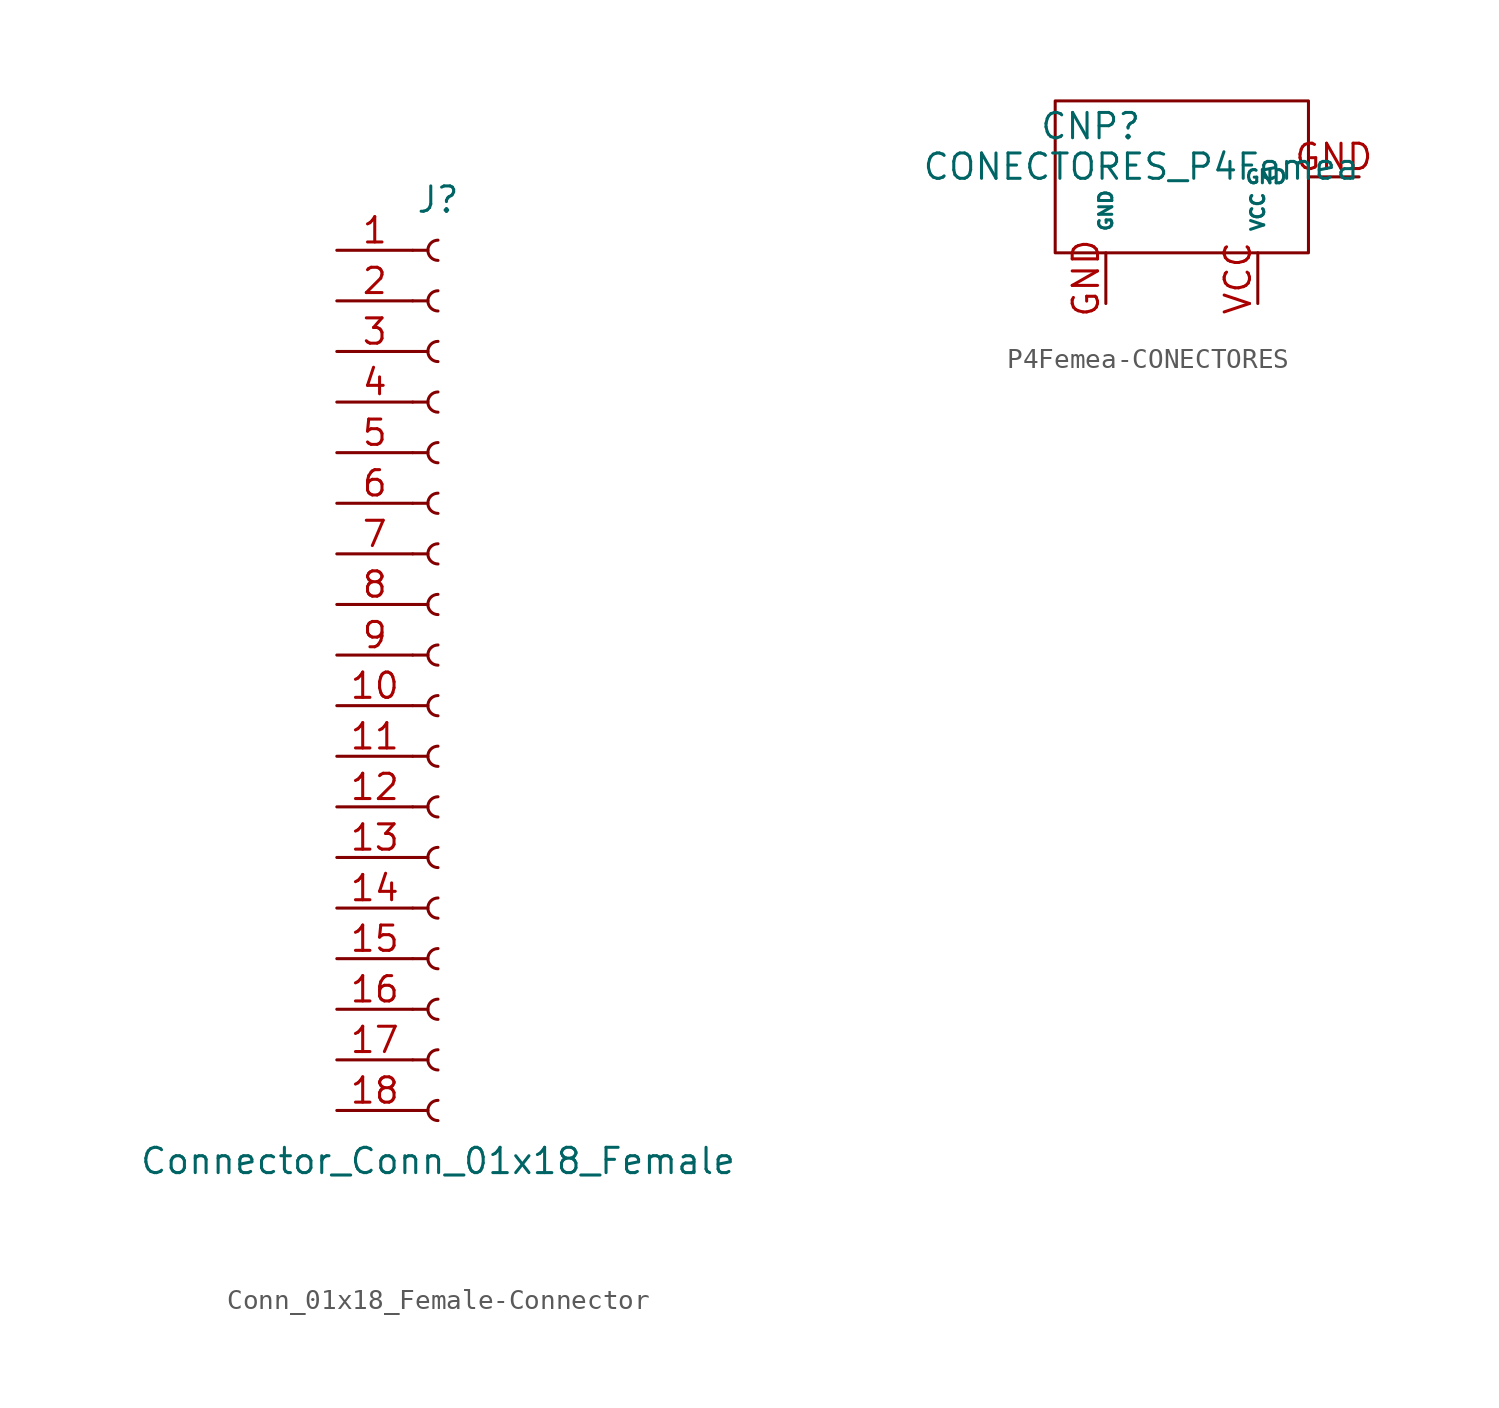
<source format=kicad_sym>
(kicad_symbol_lib
  (version 20220914)
  (generator kicad_symbol_editor)
  (symbol "Conn_01x18_Female-Connector"
    (pin_names
      (offset 1.016) hide)
    (property "Reference" "J"
      (at 0 22.86 0)
      (effects (font (size 1.27 1.27))))
    (property "Value" "Connector_Conn_01x18_Female"
      (at 0 -25.4 0)
      (effects (font (size 1.27 1.27))))
    (symbol "Conn_01x18_Female-Connector_1_1"
      (arc (start 0 -22.352) (mid -0.5058 -22.86) (end 0 -23.368) (stroke (width 0.1524) (type solid)) (fill (type none)))
      (arc (start 0 -19.812) (mid -0.5058 -20.32) (end 0 -20.828) (stroke (width 0.1524) (type solid)) (fill (type none)))
      (arc (start 0 -17.272) (mid -0.5058 -17.78) (end 0 -18.288) (stroke (width 0.1524) (type solid)) (fill (type none)))
      (arc (start 0 -14.732) (mid -0.5058 -15.24) (end 0 -15.748) (stroke (width 0.1524) (type solid)) (fill (type none)))
      (arc (start 0 -12.192) (mid -0.5058 -12.7) (end 0 -13.208) (stroke (width 0.1524) (type solid)) (fill (type none)))
      (arc (start 0 -9.652) (mid -0.5058 -10.16) (end 0 -10.668) (stroke (width 0.1524) (type solid)) (fill (type none)))
      (arc (start 0 -7.112) (mid -0.5058 -7.62) (end 0 -8.128) (stroke (width 0.1524) (type solid)) (fill (type none)))
      (arc (start 0 -4.572) (mid -0.5058 -5.08) (end 0 -5.588) (stroke (width 0.1524) (type solid)) (fill (type none)))
      (arc (start 0 -2.032) (mid -0.5058 -2.54) (end 0 -3.048) (stroke (width 0.1524) (type solid)) (fill (type none)))
      (polyline (pts (xy -1.27 -22.86) (xy -0.508 -22.86)) (stroke (width 0.152) (type solid)) (fill (type none)))
      (polyline (pts (xy -1.27 -20.32) (xy -0.508 -20.32)) (stroke (width 0.152) (type solid)) (fill (type none)))
      (polyline (pts (xy -1.27 -17.78) (xy -0.508 -17.78)) (stroke (width 0.152) (type solid)) (fill (type none)))
      (polyline (pts (xy -1.27 -15.24) (xy -0.508 -15.24)) (stroke (width 0.152) (type solid)) (fill (type none)))
      (polyline (pts (xy -1.27 -12.7) (xy -0.508 -12.7)) (stroke (width 0.152) (type solid)) (fill (type none)))
      (polyline (pts (xy -1.27 -10.16) (xy -0.508 -10.16)) (stroke (width 0.152) (type solid)) (fill (type none)))
      (polyline (pts (xy -1.27 -7.62) (xy -0.508 -7.62)) (stroke (width 0.152) (type solid)) (fill (type none)))
      (polyline (pts (xy -1.27 -5.08) (xy -0.508 -5.08)) (stroke (width 0.152) (type solid)) (fill (type none)))
      (polyline (pts (xy -1.27 -2.54) (xy -0.508 -2.54)) (stroke (width 0.152) (type solid)) (fill (type none)))
      (polyline (pts (xy -1.27 0) (xy -0.508 0)) (stroke (width 0.152) (type solid)) (fill (type none)))
      (polyline (pts (xy -1.27 2.54) (xy -0.508 2.54)) (stroke (width 0.152) (type solid)) (fill (type none)))
      (polyline (pts (xy -1.27 5.08) (xy -0.508 5.08)) (stroke (width 0.152) (type solid)) (fill (type none)))
      (polyline (pts (xy -1.27 7.62) (xy -0.508 7.62)) (stroke (width 0.152) (type solid)) (fill (type none)))
      (polyline (pts (xy -1.27 10.16) (xy -0.508 10.16)) (stroke (width 0.152) (type solid)) (fill (type none)))
      (polyline (pts (xy -1.27 12.7) (xy -0.508 12.7)) (stroke (width 0.152) (type solid)) (fill (type none)))
      (polyline (pts (xy -1.27 15.24) (xy -0.508 15.24)) (stroke (width 0.152) (type solid)) (fill (type none)))
      (polyline (pts (xy -1.27 17.78) (xy -0.508 17.78)) (stroke (width 0.152) (type solid)) (fill (type none)))
      (polyline (pts (xy -1.27 20.32) (xy -0.508 20.32)) (stroke (width 0.152) (type solid)) (fill (type none)))
      (arc (start 0 0.508) (mid -0.5058 0) (end 0 -0.508) (stroke (width 0.1524) (type solid)) (fill (type none)))
      (arc (start 0 3.048) (mid -0.5058 2.54) (end 0 2.032) (stroke (width 0.1524) (type solid)) (fill (type none)))
      (arc (start 0 5.588) (mid -0.5058 5.08) (end 0 4.572) (stroke (width 0.1524) (type solid)) (fill (type none)))
      (arc (start 0 8.128) (mid -0.5058 7.62) (end 0 7.112) (stroke (width 0.1524) (type solid)) (fill (type none)))
      (arc (start 0 10.668) (mid -0.5058 10.16) (end 0 9.652) (stroke (width 0.1524) (type solid)) (fill (type none)))
      (arc (start 0 13.208) (mid -0.5058 12.7) (end 0 12.192) (stroke (width 0.1524) (type solid)) (fill (type none)))
      (arc (start 0 15.748) (mid -0.5058 15.24) (end 0 14.732) (stroke (width 0.1524) (type solid)) (fill (type none)))
      (arc (start 0 18.288) (mid -0.5058 17.78) (end 0 17.272) (stroke (width 0.1524) (type solid)) (fill (type none)))
      (arc (start 0 20.828) (mid -0.5058 20.32) (end 0 19.812) (stroke (width 0.1524) (type solid)) (fill (type none)))
      (pin passive line (at -5.08 20.32 0) (length 3.81) (name "Pin_1" (effects (font (size 1.27 1.27)))) (number "1" (effects (font (size 1.27 1.27)))))
      (pin passive line (at -5.08 -2.54 0) (length 3.81) (name "Pin_10" (effects (font (size 1.27 1.27)))) (number "10" (effects (font (size 1.27 1.27)))))
      (pin passive line (at -5.08 -5.08 0) (length 3.81) (name "Pin_11" (effects (font (size 1.27 1.27)))) (number "11" (effects (font (size 1.27 1.27)))))
      (pin passive line (at -5.08 -7.62 0) (length 3.81) (name "Pin_12" (effects (font (size 1.27 1.27)))) (number "12" (effects (font (size 1.27 1.27)))))
      (pin passive line (at -5.08 -10.16 0) (length 3.81) (name "Pin_13" (effects (font (size 1.27 1.27)))) (number "13" (effects (font (size 1.27 1.27)))))
      (pin passive line (at -5.08 -12.7 0) (length 3.81) (name "Pin_14" (effects (font (size 1.27 1.27)))) (number "14" (effects (font (size 1.27 1.27)))))
      (pin passive line (at -5.08 -15.24 0) (length 3.81) (name "Pin_15" (effects (font (size 1.27 1.27)))) (number "15" (effects (font (size 1.27 1.27)))))
      (pin passive line (at -5.08 -17.78 0) (length 3.81) (name "Pin_16" (effects (font (size 1.27 1.27)))) (number "16" (effects (font (size 1.27 1.27)))))
      (pin passive line (at -5.08 -20.32 0) (length 3.81) (name "Pin_17" (effects (font (size 1.27 1.27)))) (number "17" (effects (font (size 1.27 1.27)))))
      (pin passive line (at -5.08 -22.86 0) (length 3.81) (name "Pin_18" (effects (font (size 1.27 1.27)))) (number "18" (effects (font (size 1.27 1.27)))))
      (pin passive line (at -5.08 17.78 0) (length 3.81) (name "Pin_2" (effects (font (size 1.27 1.27)))) (number "2" (effects (font (size 1.27 1.27)))))
      (pin passive line (at -5.08 15.24 0) (length 3.81) (name "Pin_3" (effects (font (size 1.27 1.27)))) (number "3" (effects (font (size 1.27 1.27)))))
      (pin passive line (at -5.08 12.7 0) (length 3.81) (name "Pin_4" (effects (font (size 1.27 1.27)))) (number "4" (effects (font (size 1.27 1.27)))))
      (pin passive line (at -5.08 10.16 0) (length 3.81) (name "Pin_5" (effects (font (size 1.27 1.27)))) (number "5" (effects (font (size 1.27 1.27)))))
      (pin passive line (at -5.08 7.62 0) (length 3.81) (name "Pin_6" (effects (font (size 1.27 1.27)))) (number "6" (effects (font (size 1.27 1.27)))))
      (pin passive line (at -5.08 5.08 0) (length 3.81) (name "Pin_7" (effects (font (size 1.27 1.27)))) (number "7" (effects (font (size 1.27 1.27)))))
      (pin passive line (at -5.08 2.54 0) (length 3.81) (name "Pin_8" (effects (font (size 1.27 1.27)))) (number "8" (effects (font (size 1.27 1.27)))))
      (pin passive line (at -5.08 0 0) (length 3.81) (name "Pin_9" (effects (font (size 1.27 1.27)))) (number "9" (effects (font (size 1.27 1.27)))))))
  (symbol "P4Femea-CONECTORES"
    (pin_names
      (offset 1.016))
    (property "Reference" "CNP"
      (at -4.572 2.54 0)
      (effects (font (size 1.27 1.27))))
    (property "Value" "CONECTORES_P4Femea"
      (at -2.032 0.508 0)
      (effects (font (size 1.27 1.27))))
    (symbol "P4Femea-CONECTORES_0_1"
      (rectangle (start -6.35 3.81) (end 6.35 -3.81) (stroke (width 0) (type solid)) (fill (type none))))
    (symbol "P4Femea-CONECTORES_1_1"
      (pin output line (at -3.81 -6.35 90) (length 2.54) (name "GND" (effects (font (size 0.66 0.66)))) (number "GND" (effects (font (size 1.27 1.27)))))
      (pin output line (at 8.89 0 180) (length 2.54) (name "GND" (effects (font (size 0.66 0.66)))) (number "GND" (effects (font (size 1.27 1.27)))))
      (pin output line (at 3.81 -6.35 90) (length 2.54) (name "VCC" (effects (font (size 0.66 0.66)))) (number "VCC" (effects (font (size 1.27 1.27))))))))
</source>
